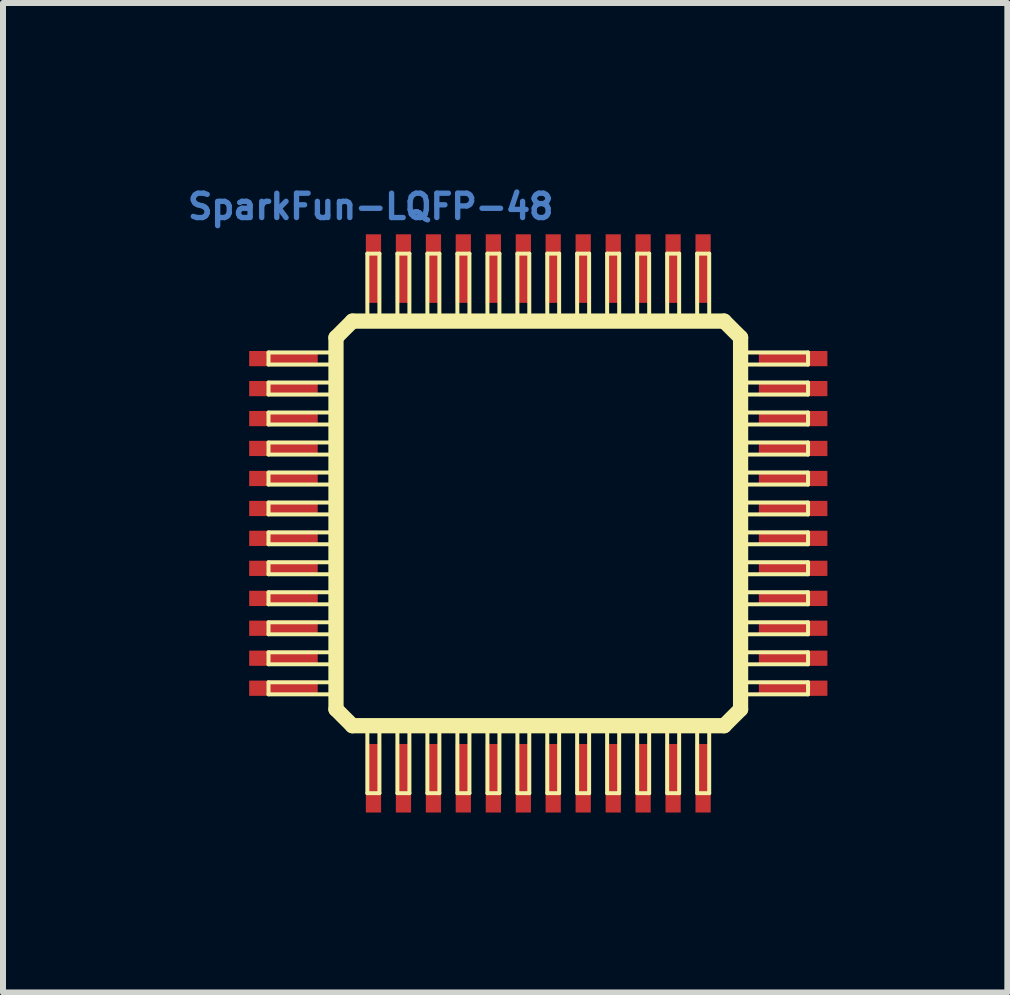
<source format=kicad_pcb>
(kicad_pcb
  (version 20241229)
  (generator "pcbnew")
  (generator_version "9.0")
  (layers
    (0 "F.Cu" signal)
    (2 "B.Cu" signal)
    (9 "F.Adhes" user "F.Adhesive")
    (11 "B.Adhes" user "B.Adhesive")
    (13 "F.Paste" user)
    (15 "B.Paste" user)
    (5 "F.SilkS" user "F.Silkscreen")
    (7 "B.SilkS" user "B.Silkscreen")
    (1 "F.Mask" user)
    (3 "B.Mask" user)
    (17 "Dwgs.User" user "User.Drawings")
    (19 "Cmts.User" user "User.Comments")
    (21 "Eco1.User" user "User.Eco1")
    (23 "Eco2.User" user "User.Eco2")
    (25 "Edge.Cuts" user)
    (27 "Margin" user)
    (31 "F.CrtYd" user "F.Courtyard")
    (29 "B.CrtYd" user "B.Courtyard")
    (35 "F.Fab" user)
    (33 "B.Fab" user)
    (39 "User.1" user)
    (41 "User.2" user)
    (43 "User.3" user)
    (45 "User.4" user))
  (footprint "SparkFun-LQFP-48"
    (layer "F.Cu")
    (at 5.925 5.677)
    (property "Reference" "SparkFun-LQFP-48" (at -2.794 -5.283 0) (layer "B.Cu") (effects (font (size 0.406 0.406) (thickness 0.089))))
    (attr smd)
    (fp_line (start -4.498 -2.85) (end -3.449 -2.85) (stroke (width 0.066) (type solid)) (layer "F.SilkS"))
    (fp_line (start -4.498 -2.649) (end -4.498 -2.85) (stroke (width 0.066) (type solid)) (layer "F.SilkS"))
    (fp_line (start -4.498 -2.649) (end -3.449 -2.649) (stroke (width 0.066) (type solid)) (layer "F.SilkS"))
    (fp_line (start -4.498 -2.349) (end -3.449 -2.349) (stroke (width 0.066) (type solid)) (layer "F.SilkS"))
    (fp_line (start -4.498 -2.149) (end -4.498 -2.349) (stroke (width 0.066) (type solid)) (layer "F.SilkS"))
    (fp_line (start -4.498 -2.149) (end -3.449 -2.149) (stroke (width 0.066) (type solid)) (layer "F.SilkS"))
    (fp_line (start -4.498 -1.849) (end -3.449 -1.849) (stroke (width 0.066) (type solid)) (layer "F.SilkS"))
    (fp_line (start -4.498 -1.649) (end -4.498 -1.849) (stroke (width 0.066) (type solid)) (layer "F.SilkS"))
    (fp_line (start -4.498 -1.649) (end -3.449 -1.649) (stroke (width 0.066) (type solid)) (layer "F.SilkS"))
    (fp_line (start -4.498 -1.349) (end -3.449 -1.349) (stroke (width 0.066) (type solid)) (layer "F.SilkS"))
    (fp_line (start -4.498 -1.148) (end -4.498 -1.349) (stroke (width 0.066) (type solid)) (layer "F.SilkS"))
    (fp_line (start -4.498 -1.148) (end -3.449 -1.148) (stroke (width 0.066) (type solid)) (layer "F.SilkS"))
    (fp_line (start -4.498 -0.848) (end -3.449 -0.848) (stroke (width 0.066) (type solid)) (layer "F.SilkS"))
    (fp_line (start -4.498 -0.648) (end -4.498 -0.848) (stroke (width 0.066) (type solid)) (layer "F.SilkS"))
    (fp_line (start -4.498 -0.648) (end -3.449 -0.648) (stroke (width 0.066) (type solid)) (layer "F.SilkS"))
    (fp_line (start -4.498 -0.348) (end -3.449 -0.348) (stroke (width 0.066) (type solid)) (layer "F.SilkS"))
    (fp_line (start -4.498 -0.15) (end -4.498 -0.348) (stroke (width 0.066) (type solid)) (layer "F.SilkS"))
    (fp_line (start -4.498 -0.15) (end -3.449 -0.15) (stroke (width 0.066) (type solid)) (layer "F.SilkS"))
    (fp_line (start -4.498 0.15) (end -3.449 0.15) (stroke (width 0.066) (type solid)) (layer "F.SilkS"))
    (fp_line (start -4.498 0.348) (end -4.498 0.15) (stroke (width 0.066) (type solid)) (layer "F.SilkS"))
    (fp_line (start -4.498 0.348) (end -3.449 0.348) (stroke (width 0.066) (type solid)) (layer "F.SilkS"))
    (fp_line (start -4.498 0.648) (end -3.449 0.648) (stroke (width 0.066) (type solid)) (layer "F.SilkS"))
    (fp_line (start -4.498 0.848) (end -4.498 0.648) (stroke (width 0.066) (type solid)) (layer "F.SilkS"))
    (fp_line (start -4.498 0.848) (end -3.449 0.848) (stroke (width 0.066) (type solid)) (layer "F.SilkS"))
    (fp_line (start -4.498 1.148) (end -3.449 1.148) (stroke (width 0.066) (type solid)) (layer "F.SilkS"))
    (fp_line (start -4.498 1.349) (end -4.498 1.148) (stroke (width 0.066) (type solid)) (layer "F.SilkS"))
    (fp_line (start -4.498 1.349) (end -3.449 1.349) (stroke (width 0.066) (type solid)) (layer "F.SilkS"))
    (fp_line (start -4.498 1.649) (end -3.449 1.649) (stroke (width 0.066) (type solid)) (layer "F.SilkS"))
    (fp_line (start -4.498 1.849) (end -4.498 1.649) (stroke (width 0.066) (type solid)) (layer "F.SilkS"))
    (fp_line (start -4.498 1.849) (end -3.449 1.849) (stroke (width 0.066) (type solid)) (layer "F.SilkS"))
    (fp_line (start -4.498 2.149) (end -3.449 2.149) (stroke (width 0.066) (type solid)) (layer "F.SilkS"))
    (fp_line (start -4.498 2.349) (end -4.498 2.149) (stroke (width 0.066) (type solid)) (layer "F.SilkS"))
    (fp_line (start -4.498 2.349) (end -3.449 2.349) (stroke (width 0.066) (type solid)) (layer "F.SilkS"))
    (fp_line (start -4.498 2.649) (end -3.449 2.649) (stroke (width 0.066) (type solid)) (layer "F.SilkS"))
    (fp_line (start -4.498 2.85) (end -4.498 2.649) (stroke (width 0.066) (type solid)) (layer "F.SilkS"))
    (fp_line (start -4.498 2.85) (end -3.449 2.85) (stroke (width 0.066) (type solid)) (layer "F.SilkS"))
    (fp_line (start -3.449 -2.649) (end -3.449 -2.85) (stroke (width 0.066) (type solid)) (layer "F.SilkS"))
    (fp_line (start -3.449 -2.149) (end -3.449 -2.349) (stroke (width 0.066) (type solid)) (layer "F.SilkS"))
    (fp_line (start -3.449 -1.649) (end -3.449 -1.849) (stroke (width 0.066) (type solid)) (layer "F.SilkS"))
    (fp_line (start -3.449 -1.148) (end -3.449 -1.349) (stroke (width 0.066) (type solid)) (layer "F.SilkS"))
    (fp_line (start -3.449 -0.648) (end -3.449 -0.848) (stroke (width 0.066) (type solid)) (layer "F.SilkS"))
    (fp_line (start -3.449 -0.15) (end -3.449 -0.348) (stroke (width 0.066) (type solid)) (layer "F.SilkS"))
    (fp_line (start -3.449 0.348) (end -3.449 0.15) (stroke (width 0.066) (type solid)) (layer "F.SilkS"))
    (fp_line (start -3.449 0.848) (end -3.449 0.648) (stroke (width 0.066) (type solid)) (layer "F.SilkS"))
    (fp_line (start -3.449 1.349) (end -3.449 1.148) (stroke (width 0.066) (type solid)) (layer "F.SilkS"))
    (fp_line (start -3.449 1.849) (end -3.449 1.649) (stroke (width 0.066) (type solid)) (layer "F.SilkS"))
    (fp_line (start -3.449 2.349) (end -3.449 2.149) (stroke (width 0.066) (type solid)) (layer "F.SilkS"))
    (fp_line (start -3.449 2.85) (end -3.449 2.649) (stroke (width 0.066) (type solid)) (layer "F.SilkS"))
    (fp_line (start -3.373 -3.099) (end -3.099 -3.373) (stroke (width 0.254) (type solid)) (layer "F.SilkS"))
    (fp_line (start -3.373 3.099) (end -3.373 -3.099) (stroke (width 0.254) (type solid)) (layer "F.SilkS"))
    (fp_line (start -3.099 -3.373) (end 3.099 -3.373) (stroke (width 0.254) (type solid)) (layer "F.SilkS"))
    (fp_line (start -3.099 3.373) (end -3.373 3.099) (stroke (width 0.254) (type solid)) (layer "F.SilkS"))
    (fp_line (start -2.85 -4.498) (end -2.649 -4.498) (stroke (width 0.066) (type solid)) (layer "F.SilkS"))
    (fp_line (start -2.85 -3.449) (end -2.85 -4.498) (stroke (width 0.066) (type solid)) (layer "F.SilkS"))
    (fp_line (start -2.85 -3.449) (end -2.649 -3.449) (stroke (width 0.066) (type solid)) (layer "F.SilkS"))
    (fp_line (start -2.85 3.449) (end -2.649 3.449) (stroke (width 0.066) (type solid)) (layer "F.SilkS"))
    (fp_line (start -2.85 4.498) (end -2.85 3.449) (stroke (width 0.066) (type solid)) (layer "F.SilkS"))
    (fp_line (start -2.85 4.498) (end -2.649 4.498) (stroke (width 0.066) (type solid)) (layer "F.SilkS"))
    (fp_line (start -2.649 -3.449) (end -2.649 -4.498) (stroke (width 0.066) (type solid)) (layer "F.SilkS"))
    (fp_line (start -2.649 4.498) (end -2.649 3.449) (stroke (width 0.066) (type solid)) (layer "F.SilkS"))
    (fp_line (start -2.349 -4.498) (end -2.149 -4.498) (stroke (width 0.066) (type solid)) (layer "F.SilkS"))
    (fp_line (start -2.349 -3.449) (end -2.349 -4.498) (stroke (width 0.066) (type solid)) (layer "F.SilkS"))
    (fp_line (start -2.349 -3.449) (end -2.149 -3.449) (stroke (width 0.066) (type solid)) (layer "F.SilkS"))
    (fp_line (start -2.349 3.449) (end -2.149 3.449) (stroke (width 0.066) (type solid)) (layer "F.SilkS"))
    (fp_line (start -2.349 4.498) (end -2.349 3.449) (stroke (width 0.066) (type solid)) (layer "F.SilkS"))
    (fp_line (start -2.349 4.498) (end -2.149 4.498) (stroke (width 0.066) (type solid)) (layer "F.SilkS"))
    (fp_line (start -2.149 -3.449) (end -2.149 -4.498) (stroke (width 0.066) (type solid)) (layer "F.SilkS"))
    (fp_line (start -2.149 4.498) (end -2.149 3.449) (stroke (width 0.066) (type solid)) (layer "F.SilkS"))
    (fp_line (start -1.849 -4.498) (end -1.649 -4.498) (stroke (width 0.066) (type solid)) (layer "F.SilkS"))
    (fp_line (start -1.849 -3.449) (end -1.849 -4.498) (stroke (width 0.066) (type solid)) (layer "F.SilkS"))
    (fp_line (start -1.849 -3.449) (end -1.649 -3.449) (stroke (width 0.066) (type solid)) (layer "F.SilkS"))
    (fp_line (start -1.849 3.449) (end -1.649 3.449) (stroke (width 0.066) (type solid)) (layer "F.SilkS"))
    (fp_line (start -1.849 4.498) (end -1.849 3.449) (stroke (width 0.066) (type solid)) (layer "F.SilkS"))
    (fp_line (start -1.849 4.498) (end -1.649 4.498) (stroke (width 0.066) (type solid)) (layer "F.SilkS"))
    (fp_line (start -1.649 -3.449) (end -1.649 -4.498) (stroke (width 0.066) (type solid)) (layer "F.SilkS"))
    (fp_line (start -1.649 4.498) (end -1.649 3.449) (stroke (width 0.066) (type solid)) (layer "F.SilkS"))
    (fp_line (start -1.349 -4.498) (end -1.148 -4.498) (stroke (width 0.066) (type solid)) (layer "F.SilkS"))
    (fp_line (start -1.349 -3.449) (end -1.349 -4.498) (stroke (width 0.066) (type solid)) (layer "F.SilkS"))
    (fp_line (start -1.349 -3.449) (end -1.148 -3.449) (stroke (width 0.066) (type solid)) (layer "F.SilkS"))
    (fp_line (start -1.349 3.449) (end -1.148 3.449) (stroke (width 0.066) (type solid)) (layer "F.SilkS"))
    (fp_line (start -1.349 4.498) (end -1.349 3.449) (stroke (width 0.066) (type solid)) (layer "F.SilkS"))
    (fp_line (start -1.349 4.498) (end -1.148 4.498) (stroke (width 0.066) (type solid)) (layer "F.SilkS"))
    (fp_line (start -1.148 -3.449) (end -1.148 -4.498) (stroke (width 0.066) (type solid)) (layer "F.SilkS"))
    (fp_line (start -1.148 4.498) (end -1.148 3.449) (stroke (width 0.066) (type solid)) (layer "F.SilkS"))
    (fp_line (start -0.848 -4.498) (end -0.648 -4.498) (stroke (width 0.066) (type solid)) (layer "F.SilkS"))
    (fp_line (start -0.848 -3.449) (end -0.848 -4.498) (stroke (width 0.066) (type solid)) (layer "F.SilkS"))
    (fp_line (start -0.848 -3.449) (end -0.648 -3.449) (stroke (width 0.066) (type solid)) (layer "F.SilkS"))
    (fp_line (start -0.848 3.449) (end -0.648 3.449) (stroke (width 0.066) (type solid)) (layer "F.SilkS"))
    (fp_line (start -0.848 4.498) (end -0.848 3.449) (stroke (width 0.066) (type solid)) (layer "F.SilkS"))
    (fp_line (start -0.848 4.498) (end -0.648 4.498) (stroke (width 0.066) (type solid)) (layer "F.SilkS"))
    (fp_line (start -0.648 -3.449) (end -0.648 -4.498) (stroke (width 0.066) (type solid)) (layer "F.SilkS"))
    (fp_line (start -0.648 4.498) (end -0.648 3.449) (stroke (width 0.066) (type solid)) (layer "F.SilkS"))
    (fp_line (start -0.348 -4.498) (end -0.15 -4.498) (stroke (width 0.066) (type solid)) (layer "F.SilkS"))
    (fp_line (start -0.348 -3.449) (end -0.348 -4.498) (stroke (width 0.066) (type solid)) (layer "F.SilkS"))
    (fp_line (start -0.348 -3.449) (end -0.15 -3.449) (stroke (width 0.066) (type solid)) (layer "F.SilkS"))
    (fp_line (start -0.348 3.449) (end -0.15 3.449) (stroke (width 0.066) (type solid)) (layer "F.SilkS"))
    (fp_line (start -0.348 4.498) (end -0.348 3.449) (stroke (width 0.066) (type solid)) (layer "F.SilkS"))
    (fp_line (start -0.348 4.498) (end -0.15 4.498) (stroke (width 0.066) (type solid)) (layer "F.SilkS"))
    (fp_line (start -0.15 -3.449) (end -0.15 -4.498) (stroke (width 0.066) (type solid)) (layer "F.SilkS"))
    (fp_line (start -0.15 4.498) (end -0.15 3.449) (stroke (width 0.066) (type solid)) (layer "F.SilkS"))
    (fp_line (start 0.15 -4.498) (end 0.348 -4.498) (stroke (width 0.066) (type solid)) (layer "F.SilkS"))
    (fp_line (start 0.15 -3.449) (end 0.15 -4.498) (stroke (width 0.066) (type solid)) (layer "F.SilkS"))
    (fp_line (start 0.15 -3.449) (end 0.348 -3.449) (stroke (width 0.066) (type solid)) (layer "F.SilkS"))
    (fp_line (start 0.15 3.449) (end 0.348 3.449) (stroke (width 0.066) (type solid)) (layer "F.SilkS"))
    (fp_line (start 0.15 4.498) (end 0.15 3.449) (stroke (width 0.066) (type solid)) (layer "F.SilkS"))
    (fp_line (start 0.15 4.498) (end 0.348 4.498) (stroke (width 0.066) (type solid)) (layer "F.SilkS"))
    (fp_line (start 0.348 -3.449) (end 0.348 -4.498) (stroke (width 0.066) (type solid)) (layer "F.SilkS"))
    (fp_line (start 0.348 4.498) (end 0.348 3.449) (stroke (width 0.066) (type solid)) (layer "F.SilkS"))
    (fp_line (start 0.648 -4.498) (end 0.848 -4.498) (stroke (width 0.066) (type solid)) (layer "F.SilkS"))
    (fp_line (start 0.648 -3.449) (end 0.648 -4.498) (stroke (width 0.066) (type solid)) (layer "F.SilkS"))
    (fp_line (start 0.648 -3.449) (end 0.848 -3.449) (stroke (width 0.066) (type solid)) (layer "F.SilkS"))
    (fp_line (start 0.648 3.449) (end 0.848 3.449) (stroke (width 0.066) (type solid)) (layer "F.SilkS"))
    (fp_line (start 0.648 4.498) (end 0.648 3.449) (stroke (width 0.066) (type solid)) (layer "F.SilkS"))
    (fp_line (start 0.648 4.498) (end 0.848 4.498) (stroke (width 0.066) (type solid)) (layer "F.SilkS"))
    (fp_line (start 0.848 -3.449) (end 0.848 -4.498) (stroke (width 0.066) (type solid)) (layer "F.SilkS"))
    (fp_line (start 0.848 4.498) (end 0.848 3.449) (stroke (width 0.066) (type solid)) (layer "F.SilkS"))
    (fp_line (start 1.148 -4.498) (end 1.349 -4.498) (stroke (width 0.066) (type solid)) (layer "F.SilkS"))
    (fp_line (start 1.148 -3.449) (end 1.148 -4.498) (stroke (width 0.066) (type solid)) (layer "F.SilkS"))
    (fp_line (start 1.148 -3.449) (end 1.349 -3.449) (stroke (width 0.066) (type solid)) (layer "F.SilkS"))
    (fp_line (start 1.148 3.449) (end 1.349 3.449) (stroke (width 0.066) (type solid)) (layer "F.SilkS"))
    (fp_line (start 1.148 4.498) (end 1.148 3.449) (stroke (width 0.066) (type solid)) (layer "F.SilkS"))
    (fp_line (start 1.148 4.498) (end 1.349 4.498) (stroke (width 0.066) (type solid)) (layer "F.SilkS"))
    (fp_line (start 1.349 -3.449) (end 1.349 -4.498) (stroke (width 0.066) (type solid)) (layer "F.SilkS"))
    (fp_line (start 1.349 4.498) (end 1.349 3.449) (stroke (width 0.066) (type solid)) (layer "F.SilkS"))
    (fp_line (start 1.649 -4.498) (end 1.849 -4.498) (stroke (width 0.066) (type solid)) (layer "F.SilkS"))
    (fp_line (start 1.649 -3.449) (end 1.649 -4.498) (stroke (width 0.066) (type solid)) (layer "F.SilkS"))
    (fp_line (start 1.649 -3.449) (end 1.849 -3.449) (stroke (width 0.066) (type solid)) (layer "F.SilkS"))
    (fp_line (start 1.649 3.449) (end 1.849 3.449) (stroke (width 0.066) (type solid)) (layer "F.SilkS"))
    (fp_line (start 1.649 4.498) (end 1.649 3.449) (stroke (width 0.066) (type solid)) (layer "F.SilkS"))
    (fp_line (start 1.649 4.498) (end 1.849 4.498) (stroke (width 0.066) (type solid)) (layer "F.SilkS"))
    (fp_line (start 1.849 -3.449) (end 1.849 -4.498) (stroke (width 0.066) (type solid)) (layer "F.SilkS"))
    (fp_line (start 1.849 4.498) (end 1.849 3.449) (stroke (width 0.066) (type solid)) (layer "F.SilkS"))
    (fp_line (start 2.149 -4.498) (end 2.349 -4.498) (stroke (width 0.066) (type solid)) (layer "F.SilkS"))
    (fp_line (start 2.149 -3.449) (end 2.149 -4.498) (stroke (width 0.066) (type solid)) (layer "F.SilkS"))
    (fp_line (start 2.149 -3.449) (end 2.349 -3.449) (stroke (width 0.066) (type solid)) (layer "F.SilkS"))
    (fp_line (start 2.149 3.449) (end 2.349 3.449) (stroke (width 0.066) (type solid)) (layer "F.SilkS"))
    (fp_line (start 2.149 4.498) (end 2.149 3.449) (stroke (width 0.066) (type solid)) (layer "F.SilkS"))
    (fp_line (start 2.149 4.498) (end 2.349 4.498) (stroke (width 0.066) (type solid)) (layer "F.SilkS"))
    (fp_line (start 2.349 -3.449) (end 2.349 -4.498) (stroke (width 0.066) (type solid)) (layer "F.SilkS"))
    (fp_line (start 2.349 4.498) (end 2.349 3.449) (stroke (width 0.066) (type solid)) (layer "F.SilkS"))
    (fp_line (start 2.649 -4.498) (end 2.85 -4.498) (stroke (width 0.066) (type solid)) (layer "F.SilkS"))
    (fp_line (start 2.649 -3.449) (end 2.649 -4.498) (stroke (width 0.066) (type solid)) (layer "F.SilkS"))
    (fp_line (start 2.649 -3.449) (end 2.85 -3.449) (stroke (width 0.066) (type solid)) (layer "F.SilkS"))
    (fp_line (start 2.649 3.449) (end 2.85 3.449) (stroke (width 0.066) (type solid)) (layer "F.SilkS"))
    (fp_line (start 2.649 4.498) (end 2.649 3.449) (stroke (width 0.066) (type solid)) (layer "F.SilkS"))
    (fp_line (start 2.649 4.498) (end 2.85 4.498) (stroke (width 0.066) (type solid)) (layer "F.SilkS"))
    (fp_line (start 2.85 -3.449) (end 2.85 -4.498) (stroke (width 0.066) (type solid)) (layer "F.SilkS"))
    (fp_line (start 2.85 4.498) (end 2.85 3.449) (stroke (width 0.066) (type solid)) (layer "F.SilkS"))
    (fp_line (start 3.099 -3.373) (end 3.373 -3.099) (stroke (width 0.254) (type solid)) (layer "F.SilkS"))
    (fp_line (start 3.099 3.373) (end -3.099 3.373) (stroke (width 0.254) (type solid)) (layer "F.SilkS"))
    (fp_line (start 3.373 -3.099) (end 3.373 3.099) (stroke (width 0.254) (type solid)) (layer "F.SilkS"))
    (fp_line (start 3.373 3.099) (end 3.099 3.373) (stroke (width 0.254) (type solid)) (layer "F.SilkS"))
    (fp_line (start 3.449 -2.85) (end 4.498 -2.85) (stroke (width 0.066) (type solid)) (layer "F.SilkS"))
    (fp_line (start 3.449 -2.649) (end 3.449 -2.85) (stroke (width 0.066) (type solid)) (layer "F.SilkS"))
    (fp_line (start 3.449 -2.649) (end 4.498 -2.649) (stroke (width 0.066) (type solid)) (layer "F.SilkS"))
    (fp_line (start 3.449 -2.349) (end 4.498 -2.349) (stroke (width 0.066) (type solid)) (layer "F.SilkS"))
    (fp_line (start 3.449 -2.149) (end 3.449 -2.349) (stroke (width 0.066) (type solid)) (layer "F.SilkS"))
    (fp_line (start 3.449 -2.149) (end 4.498 -2.149) (stroke (width 0.066) (type solid)) (layer "F.SilkS"))
    (fp_line (start 3.449 -1.849) (end 4.498 -1.849) (stroke (width 0.066) (type solid)) (layer "F.SilkS"))
    (fp_line (start 3.449 -1.649) (end 3.449 -1.849) (stroke (width 0.066) (type solid)) (layer "F.SilkS"))
    (fp_line (start 3.449 -1.649) (end 4.498 -1.649) (stroke (width 0.066) (type solid)) (layer "F.SilkS"))
    (fp_line (start 3.449 -1.349) (end 4.498 -1.349) (stroke (width 0.066) (type solid)) (layer "F.SilkS"))
    (fp_line (start 3.449 -1.148) (end 3.449 -1.349) (stroke (width 0.066) (type solid)) (layer "F.SilkS"))
    (fp_line (start 3.449 -1.148) (end 4.498 -1.148) (stroke (width 0.066) (type solid)) (layer "F.SilkS"))
    (fp_line (start 3.449 -0.848) (end 4.498 -0.848) (stroke (width 0.066) (type solid)) (layer "F.SilkS"))
    (fp_line (start 3.449 -0.648) (end 3.449 -0.848) (stroke (width 0.066) (type solid)) (layer "F.SilkS"))
    (fp_line (start 3.449 -0.648) (end 4.498 -0.648) (stroke (width 0.066) (type solid)) (layer "F.SilkS"))
    (fp_line (start 3.449 -0.348) (end 4.498 -0.348) (stroke (width 0.066) (type solid)) (layer "F.SilkS"))
    (fp_line (start 3.449 -0.15) (end 3.449 -0.348) (stroke (width 0.066) (type solid)) (layer "F.SilkS"))
    (fp_line (start 3.449 -0.15) (end 4.498 -0.15) (stroke (width 0.066) (type solid)) (layer "F.SilkS"))
    (fp_line (start 3.449 0.15) (end 4.498 0.15) (stroke (width 0.066) (type solid)) (layer "F.SilkS"))
    (fp_line (start 3.449 0.348) (end 3.449 0.15) (stroke (width 0.066) (type solid)) (layer "F.SilkS"))
    (fp_line (start 3.449 0.348) (end 4.498 0.348) (stroke (width 0.066) (type solid)) (layer "F.SilkS"))
    (fp_line (start 3.449 0.648) (end 4.498 0.648) (stroke (width 0.066) (type solid)) (layer "F.SilkS"))
    (fp_line (start 3.449 0.848) (end 3.449 0.648) (stroke (width 0.066) (type solid)) (layer "F.SilkS"))
    (fp_line (start 3.449 0.848) (end 4.498 0.848) (stroke (width 0.066) (type solid)) (layer "F.SilkS"))
    (fp_line (start 3.449 1.148) (end 4.498 1.148) (stroke (width 0.066) (type solid)) (layer "F.SilkS"))
    (fp_line (start 3.449 1.349) (end 3.449 1.148) (stroke (width 0.066) (type solid)) (layer "F.SilkS"))
    (fp_line (start 3.449 1.349) (end 4.498 1.349) (stroke (width 0.066) (type solid)) (layer "F.SilkS"))
    (fp_line (start 3.449 1.649) (end 4.498 1.649) (stroke (width 0.066) (type solid)) (layer "F.SilkS"))
    (fp_line (start 3.449 1.849) (end 3.449 1.649) (stroke (width 0.066) (type solid)) (layer "F.SilkS"))
    (fp_line (start 3.449 1.849) (end 4.498 1.849) (stroke (width 0.066) (type solid)) (layer "F.SilkS"))
    (fp_line (start 3.449 2.149) (end 4.498 2.149) (stroke (width 0.066) (type solid)) (layer "F.SilkS"))
    (fp_line (start 3.449 2.349) (end 3.449 2.149) (stroke (width 0.066) (type solid)) (layer "F.SilkS"))
    (fp_line (start 3.449 2.349) (end 4.498 2.349) (stroke (width 0.066) (type solid)) (layer "F.SilkS"))
    (fp_line (start 3.449 2.649) (end 4.498 2.649) (stroke (width 0.066) (type solid)) (layer "F.SilkS"))
    (fp_line (start 3.449 2.85) (end 3.449 2.649) (stroke (width 0.066) (type solid)) (layer "F.SilkS"))
    (fp_line (start 3.449 2.85) (end 4.498 2.85) (stroke (width 0.066) (type solid)) (layer "F.SilkS"))
    (fp_line (start 4.498 -2.649) (end 4.498 -2.85) (stroke (width 0.066) (type solid)) (layer "F.SilkS"))
    (fp_line (start 4.498 -2.149) (end 4.498 -2.349) (stroke (width 0.066) (type solid)) (layer "F.SilkS"))
    (fp_line (start 4.498 -1.649) (end 4.498 -1.849) (stroke (width 0.066) (type solid)) (layer "F.SilkS"))
    (fp_line (start 4.498 -1.148) (end 4.498 -1.349) (stroke (width 0.066) (type solid)) (layer "F.SilkS"))
    (fp_line (start 4.498 -0.648) (end 4.498 -0.848) (stroke (width 0.066) (type solid)) (layer "F.SilkS"))
    (fp_line (start 4.498 -0.15) (end 4.498 -0.348) (stroke (width 0.066) (type solid)) (layer "F.SilkS"))
    (fp_line (start 4.498 0.348) (end 4.498 0.15) (stroke (width 0.066) (type solid)) (layer "F.SilkS"))
    (fp_line (start 4.498 0.848) (end 4.498 0.648) (stroke (width 0.066) (type solid)) (layer "F.SilkS"))
    (fp_line (start 4.498 1.349) (end 4.498 1.148) (stroke (width 0.066) (type solid)) (layer "F.SilkS"))
    (fp_line (start 4.498 1.849) (end 4.498 1.649) (stroke (width 0.066) (type solid)) (layer "F.SilkS"))
    (fp_line (start 4.498 2.349) (end 4.498 2.149) (stroke (width 0.066) (type solid)) (layer "F.SilkS"))
    (fp_line (start 4.498 2.85) (end 4.498 2.649) (stroke (width 0.066) (type solid)) (layer "F.SilkS"))
    (pad "1" smd rect (at -2.748 4.249) (size 0.254 1.143) (layers "F.Cu" "F.Mask" "F.Paste"))
    (pad "2" smd rect (at -2.248 4.249) (size 0.254 1.143) (layers "F.Cu" "F.Mask" "F.Paste"))
    (pad "3" smd rect (at -1.748 4.249) (size 0.254 1.143) (layers "F.Cu" "F.Mask" "F.Paste"))
    (pad "4" smd rect (at -1.25 4.249) (size 0.254 1.143) (layers "F.Cu" "F.Mask" "F.Paste"))
    (pad "5" smd rect (at -0.749 4.249) (size 0.254 1.143) (layers "F.Cu" "F.Mask" "F.Paste"))
    (pad "6" smd rect (at -0.249 4.249) (size 0.254 1.143) (layers "F.Cu" "F.Mask" "F.Paste"))
    (pad "7" smd rect (at 0.249 4.249) (size 0.254 1.143) (layers "F.Cu" "F.Mask" "F.Paste"))
    (pad "8" smd rect (at 0.749 4.249) (size 0.254 1.143) (layers "F.Cu" "F.Mask" "F.Paste"))
    (pad "9" smd rect (at 1.25 4.249) (size 0.254 1.143) (layers "F.Cu" "F.Mask" "F.Paste"))
    (pad "10" smd rect (at 1.748 4.249) (size 0.254 1.143) (layers "F.Cu" "F.Mask" "F.Paste"))
    (pad "11" smd rect (at 2.248 4.249) (size 0.254 1.143) (layers "F.Cu" "F.Mask" "F.Paste"))
    (pad "12" smd rect (at 2.748 4.249) (size 0.254 1.143) (layers "F.Cu" "F.Mask" "F.Paste"))
    (pad "13" smd rect (at 4.249 2.748 90) (size 0.254 1.143) (layers "F.Cu" "F.Mask" "F.Paste"))
    (pad "14" smd rect (at 4.249 2.248 90) (size 0.254 1.143) (layers "F.Cu" "F.Mask" "F.Paste"))
    (pad "15" smd rect (at 4.249 1.748 90) (size 0.254 1.143) (layers "F.Cu" "F.Mask" "F.Paste"))
    (pad "16" smd rect (at 4.249 1.25 90) (size 0.254 1.143) (layers "F.Cu" "F.Mask" "F.Paste"))
    (pad "17" smd rect (at 4.249 0.749 90) (size 0.254 1.143) (layers "F.Cu" "F.Mask" "F.Paste"))
    (pad "18" smd rect (at 4.249 0.249 90) (size 0.254 1.143) (layers "F.Cu" "F.Mask" "F.Paste"))
    (pad "19" smd rect (at 4.249 -0.249 90) (size 0.254 1.143) (layers "F.Cu" "F.Mask" "F.Paste"))
    (pad "20" smd rect (at 4.249 -0.749 90) (size 0.254 1.143) (layers "F.Cu" "F.Mask" "F.Paste"))
    (pad "21" smd rect (at 4.249 -1.25 90) (size 0.254 1.143) (layers "F.Cu" "F.Mask" "F.Paste"))
    (pad "22" smd rect (at 4.249 -1.748 90) (size 0.254 1.143) (layers "F.Cu" "F.Mask" "F.Paste"))
    (pad "23" smd rect (at 4.249 -2.248 90) (size 0.254 1.143) (layers "F.Cu" "F.Mask" "F.Paste"))
    (pad "24" smd rect (at 4.249 -2.748 90) (size 0.254 1.143) (layers "F.Cu" "F.Mask" "F.Paste"))
    (pad "25" smd rect (at 2.748 -4.249) (size 0.254 1.143) (layers "F.Cu" "F.Mask" "F.Paste"))
    (pad "26" smd rect (at 2.248 -4.249) (size 0.254 1.143) (layers "F.Cu" "F.Mask" "F.Paste"))
    (pad "27" smd rect (at 1.748 -4.249) (size 0.254 1.143) (layers "F.Cu" "F.Mask" "F.Paste"))
    (pad "28" smd rect (at 1.25 -4.249) (size 0.254 1.143) (layers "F.Cu" "F.Mask" "F.Paste"))
    (pad "29" smd rect (at 0.749 -4.249) (size 0.254 1.143) (layers "F.Cu" "F.Mask" "F.Paste"))
    (pad "30" smd rect (at 0.249 -4.249) (size 0.254 1.143) (layers "F.Cu" "F.Mask" "F.Paste"))
    (pad "31" smd rect (at -0.249 -4.249) (size 0.254 1.143) (layers "F.Cu" "F.Mask" "F.Paste"))
    (pad "32" smd rect (at -0.749 -4.249) (size 0.254 1.143) (layers "F.Cu" "F.Mask" "F.Paste"))
    (pad "33" smd rect (at -1.25 -4.249) (size 0.254 1.143) (layers "F.Cu" "F.Mask" "F.Paste"))
    (pad "34" smd rect (at -1.748 -4.249) (size 0.254 1.143) (layers "F.Cu" "F.Mask" "F.Paste"))
    (pad "35" smd rect (at -2.248 -4.249) (size 0.254 1.143) (layers "F.Cu" "F.Mask" "F.Paste"))
    (pad "36" smd rect (at -2.748 -4.249) (size 0.254 1.143) (layers "F.Cu" "F.Mask" "F.Paste"))
    (pad "37" smd rect (at -4.249 -2.748 90) (size 0.254 1.143) (layers "F.Cu" "F.Mask" "F.Paste"))
    (pad "38" smd rect (at -4.249 -2.248 90) (size 0.254 1.143) (layers "F.Cu" "F.Mask" "F.Paste"))
    (pad "39" smd rect (at -4.249 -1.748 90) (size 0.254 1.143) (layers "F.Cu" "F.Mask" "F.Paste"))
    (pad "40" smd rect (at -4.249 -1.25 90) (size 0.254 1.143) (layers "F.Cu" "F.Mask" "F.Paste"))
    (pad "41" smd rect (at -4.249 -0.749 90) (size 0.254 1.143) (layers "F.Cu" "F.Mask" "F.Paste"))
    (pad "42" smd rect (at -4.249 -0.249 90) (size 0.254 1.143) (layers "F.Cu" "F.Mask" "F.Paste"))
    (pad "43" smd rect (at -4.249 0.249 90) (size 0.254 1.143) (layers "F.Cu" "F.Mask" "F.Paste"))
    (pad "44" smd rect (at -4.249 0.749 90) (size 0.254 1.143) (layers "F.Cu" "F.Mask" "F.Paste"))
    (pad "45" smd rect (at -4.249 1.25 90) (size 0.254 1.143) (layers "F.Cu" "F.Mask" "F.Paste"))
    (pad "46" smd rect (at -4.249 1.748 90) (size 0.254 1.143) (layers "F.Cu" "F.Mask" "F.Paste"))
    (pad "47" smd rect (at -4.249 2.248 90) (size 0.254 1.143) (layers "F.Cu" "F.Mask" "F.Paste"))
    (pad "48" smd rect (at -4.249 2.748 90) (size 0.254 1.143) (layers "F.Cu" "F.Mask" "F.Paste")))
  (gr_rect
    (start -3 -3)
    (end 13.746 13.498)
    (stroke (width 0.1) (type default))
    (fill no)
    (layer "Edge.Cuts")))
</source>
